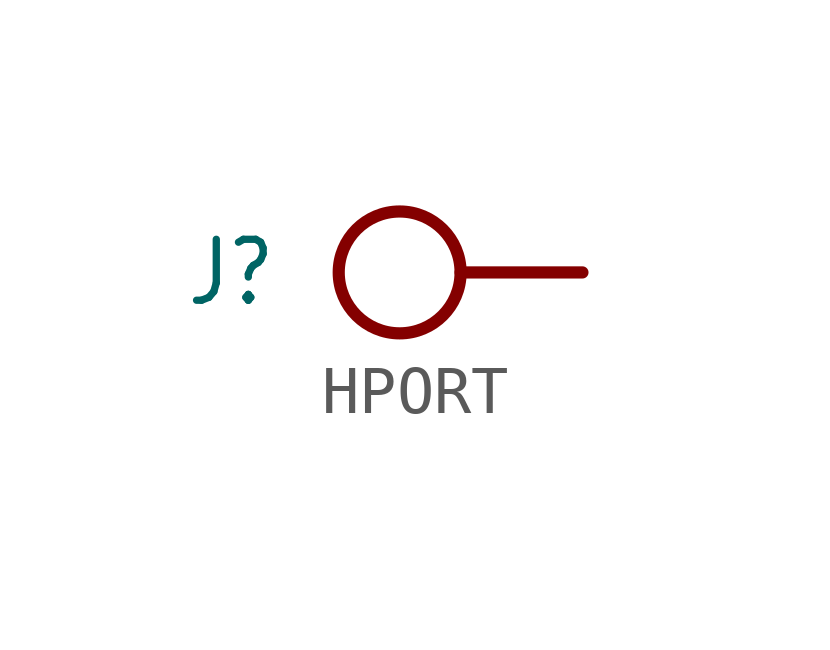
<source format=kicad_sym>
(kicad_symbol_lib
  (version 20201005)
  (generator kicad_symbol_editor)
  (symbol "HPORT"
    (property "Reference" "J"
      (at -6.35 0 0)
      (effects (font (size 1.27 1.079)) (justify right)))
    (property "ki_locked" ""
      (at 0 0 0)
      (effects (font (size 1.27 1.27))))
    (symbol "HPORT_1_0"
      (circle (center -3.81 0) (radius 1.27) (stroke (width 0.254)) (fill (type none)))
      (polyline (pts (xy 0 0) (xy -2.54 0)) (stroke (width 0.254)) (fill (type none)))
      (pin passive line (at 0 0 180) (length 0) (name "P$1" (effects (font (size 0 0)))) (number "1" (effects (font (size 0 0))))))))
</source>
